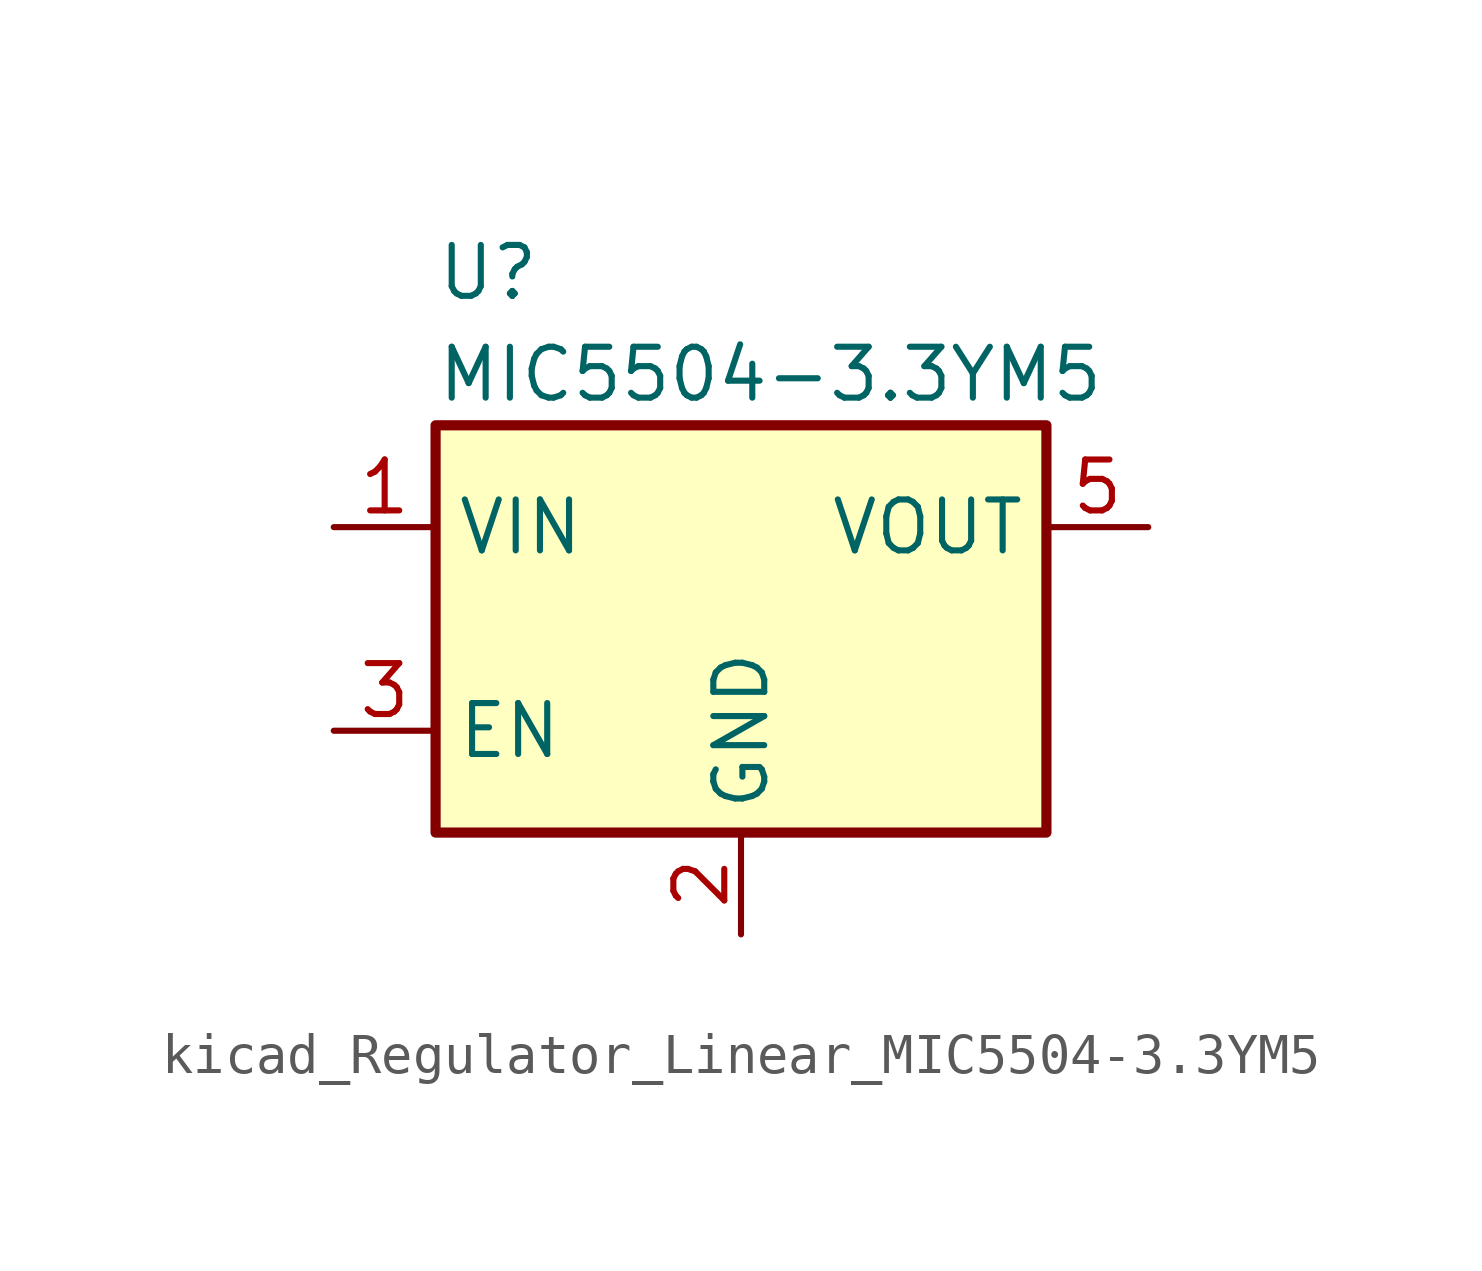
<source format=kicad_sym>
(kicad_symbol_lib
  (version 20220914)
  (generator kicad_symbol_editor)
  (symbol "kicad_Regulator_Linear_MIC5504-3.3YM5"
    (property "Reference" "U"
      (at -7.62 8.89 0)
      (effects (font (size 1.27 1.27)) (justify left)))
    (property "Value" "MIC5504-3.3YM5"
      (at -7.62 6.35 0)
      (effects (font (size 1.27 1.27)) (justify left)))
    (symbol "kicad_Regulator_Linear_MIC5504-3.3YM5_0_1"
      (rectangle (start -7.62 -5.08) (end 7.62 5.08) (stroke (width 0.254) (type default)) (fill (type background))))
    (symbol "kicad_Regulator_Linear_MIC5504-3.3YM5_1_1"
      (pin power_in line (at -10.16 2.54 0) (length 2.54) (name "VIN" (effects (font (size 1.27 1.27)))) (number "1" (effects (font (size 1.27 1.27)))))
      (pin power_in line (at 0 -7.62 90) (length 2.54) (name "GND" (effects (font (size 1.27 1.27)))) (number "2" (effects (font (size 1.27 1.27)))))
      (pin input line (at -10.16 -2.54 0) (length 2.54) (name "EN" (effects (font (size 1.27 1.27)))) (number "3" (effects (font (size 1.27 1.27)))))
      (pin no_connect line (at 7.62 -2.54 180) (length 2.54) hide (name "NC" (effects (font (size 1.27 1.27)))) (number "4" (effects (font (size 1.27 1.27)))))
      (pin power_out line (at 10.16 2.54 180) (length 2.54) (name "VOUT" (effects (font (size 1.27 1.27)))) (number "5" (effects (font (size 1.27 1.27))))))))
</source>
